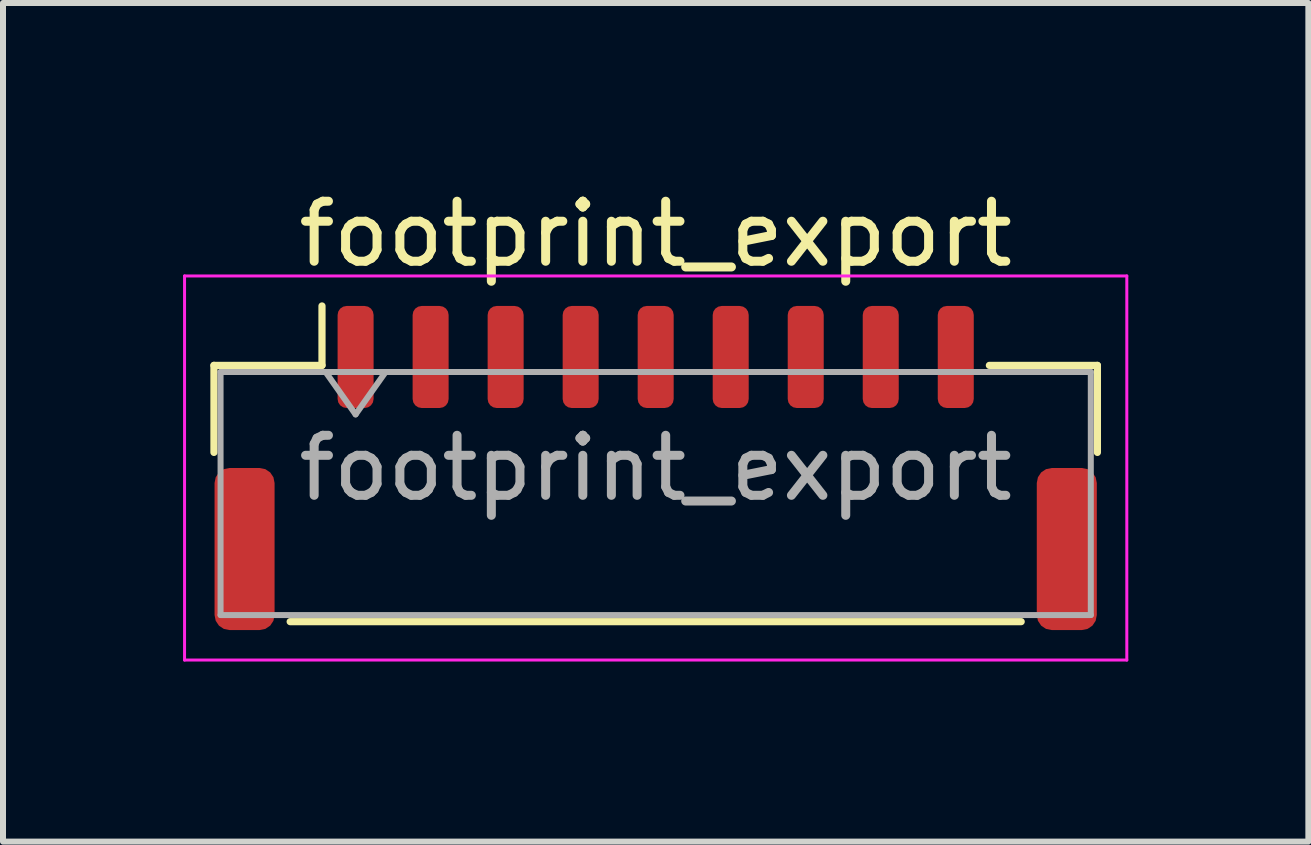
<source format=kicad_pcb>
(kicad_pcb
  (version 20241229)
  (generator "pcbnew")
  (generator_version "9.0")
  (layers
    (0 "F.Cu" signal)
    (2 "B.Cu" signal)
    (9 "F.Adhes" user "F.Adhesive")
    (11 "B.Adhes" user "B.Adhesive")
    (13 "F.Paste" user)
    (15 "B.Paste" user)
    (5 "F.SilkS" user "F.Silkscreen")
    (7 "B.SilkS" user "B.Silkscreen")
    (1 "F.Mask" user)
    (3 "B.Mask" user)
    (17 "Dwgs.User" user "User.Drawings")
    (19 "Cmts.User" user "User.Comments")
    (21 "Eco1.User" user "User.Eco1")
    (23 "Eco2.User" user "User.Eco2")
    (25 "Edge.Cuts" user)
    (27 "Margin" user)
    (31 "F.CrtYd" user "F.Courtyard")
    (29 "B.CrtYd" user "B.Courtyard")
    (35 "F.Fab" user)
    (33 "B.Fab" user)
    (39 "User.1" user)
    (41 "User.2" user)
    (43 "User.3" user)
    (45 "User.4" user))
  (footprint "footprint_export"
    (layer "F.Cu")
    (at 7.875 4.748)
    (property "Reference" "footprint_export" (at 0 -3.9 0) (layer "F.SilkS") (effects (font (size 1 1) (thickness 0.15))))
    (attr smd)
    (fp_line (start -7.36 -1.71) (end -5.56 -1.71) (stroke (width 0.12) (type solid)) (layer "F.SilkS"))
    (fp_line (start -7.36 -0.26) (end -7.36 -1.71) (stroke (width 0.12) (type solid)) (layer "F.SilkS"))
    (fp_line (start -6.09 2.56) (end 6.09 2.56) (stroke (width 0.12) (type solid)) (layer "F.SilkS"))
    (fp_line (start -5.56 -1.71) (end -5.56 -2.7) (stroke (width 0.12) (type solid)) (layer "F.SilkS"))
    (fp_line (start 7.36 -1.71) (end 5.56 -1.71) (stroke (width 0.12) (type solid)) (layer "F.SilkS"))
    (fp_line (start 7.36 -0.26) (end 7.36 -1.71) (stroke (width 0.12) (type solid)) (layer "F.SilkS"))
    (fp_line (start -7.85 -3.2) (end -7.85 3.2) (stroke (width 0.05) (type solid)) (layer "F.CrtYd"))
    (fp_line (start -7.85 3.2) (end 7.85 3.2) (stroke (width 0.05) (type solid)) (layer "F.CrtYd"))
    (fp_line (start 7.85 -3.2) (end -7.85 -3.2) (stroke (width 0.05) (type solid)) (layer "F.CrtYd"))
    (fp_line (start 7.85 3.2) (end 7.85 -3.2) (stroke (width 0.05) (type solid)) (layer "F.CrtYd"))
    (fp_line (start -7.25 -1.6) (end -7.25 2.45) (stroke (width 0.1) (type solid)) (layer "F.Fab"))
    (fp_line (start -7.25 -1.6) (end 7.25 -1.6) (stroke (width 0.1) (type solid)) (layer "F.Fab"))
    (fp_line (start -7.25 2.45) (end 7.25 2.45) (stroke (width 0.1) (type solid)) (layer "F.Fab"))
    (fp_line (start -5.5 -1.6) (end -5 -0.893) (stroke (width 0.1) (type solid)) (layer "F.Fab"))
    (fp_line (start -5 -0.893) (end -4.5 -1.6) (stroke (width 0.1) (type solid)) (layer "F.Fab"))
    (fp_line (start 7.25 -1.6) (end 7.25 2.45) (stroke (width 0.1) (type solid)) (layer "F.Fab"))
    (fp_text user "${REFERENCE}" (at 0 0 0) (layer "F.Fab") (effects (font (size 1 1) (thickness 0.15))))
    (pad "1" smd roundrect (at -5 -1.85) (size 0.6 1.7) (layers "F.Cu" "F.Mask" "F.Paste") (roundrect_rratio 0.25))
    (pad "2" smd roundrect (at -3.75 -1.85) (size 0.6 1.7) (layers "F.Cu" "F.Mask" "F.Paste") (roundrect_rratio 0.25))
    (pad "3" smd roundrect (at -2.5 -1.85) (size 0.6 1.7) (layers "F.Cu" "F.Mask" "F.Paste") (roundrect_rratio 0.25))
    (pad "4" smd roundrect (at -1.25 -1.85) (size 0.6 1.7) (layers "F.Cu" "F.Mask" "F.Paste") (roundrect_rratio 0.25))
    (pad "5" smd roundrect (at 0 -1.85) (size 0.6 1.7) (layers "F.Cu" "F.Mask" "F.Paste") (roundrect_rratio 0.25))
    (pad "6" smd roundrect (at 1.25 -1.85) (size 0.6 1.7) (layers "F.Cu" "F.Mask" "F.Paste") (roundrect_rratio 0.25))
    (pad "7" smd roundrect (at 2.5 -1.85) (size 0.6 1.7) (layers "F.Cu" "F.Mask" "F.Paste") (roundrect_rratio 0.25))
    (pad "8" smd roundrect (at 3.75 -1.85) (size 0.6 1.7) (layers "F.Cu" "F.Mask" "F.Paste") (roundrect_rratio 0.25))
    (pad "9" smd roundrect (at 5 -1.85) (size 0.6 1.7) (layers "F.Cu" "F.Mask" "F.Paste") (roundrect_rratio 0.25))
    (pad "MP" smd roundrect (at -6.85 1.35) (size 1 2.7) (layers "F.Cu" "F.Mask" "F.Paste") (roundrect_rratio 0.25))
    (pad "MP" smd roundrect (at 6.85 1.35) (size 1 2.7) (layers "F.Cu" "F.Mask" "F.Paste") (roundrect_rratio 0.25)))
  (gr_rect
    (start -3 -3)
    (end 18.75 10.973)
    (stroke (width 0.1) (type default))
    (fill no)
    (layer "Edge.Cuts")))
</source>
